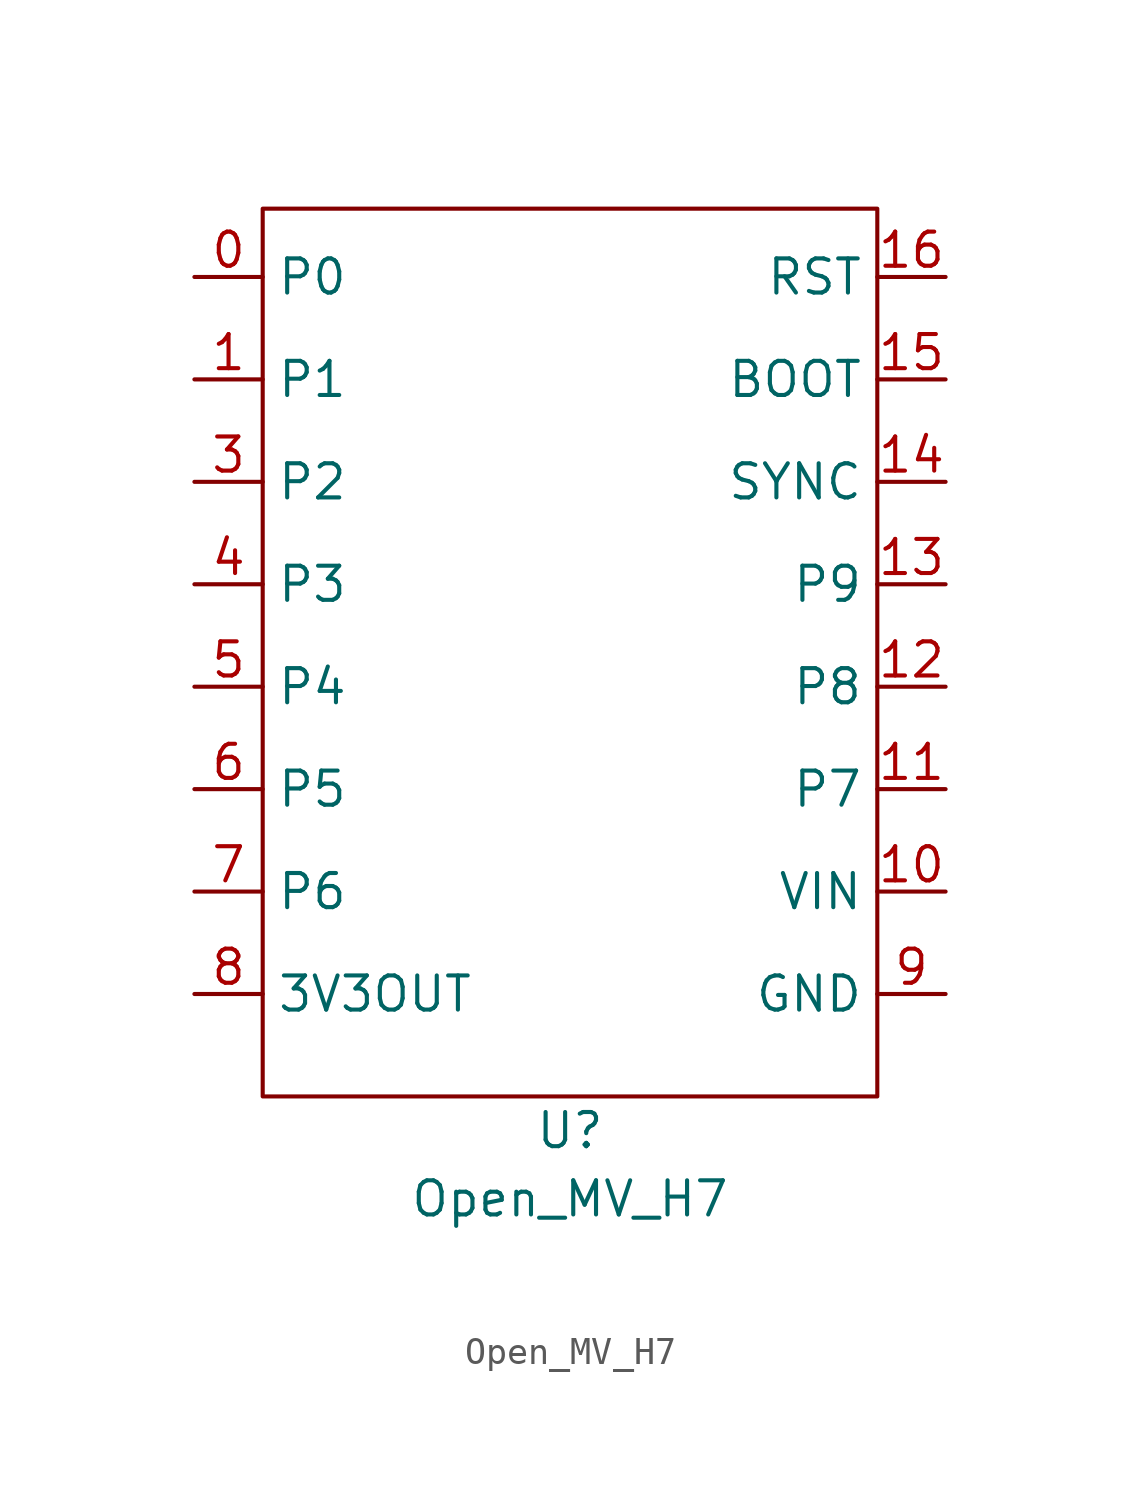
<source format=kicad_sym>
(kicad_symbol_lib
  (version 20211014)
  (generator kicad_symbol_editor)
  (symbol "Open_MV_H7"
    (property "Reference" "U"
      (at 11.43 -34.29 0)
      (effects (font (size 1.27 1.27))))
    (property "Value" "Open_MV_H7"
      (at 11.43 -36.83 0)
      (effects (font (size 1.27 1.27))))
    (symbol "Open_MV_H7_0_0"
      (text "" (at -1.27 -34.29 0) (effects (font (size 1.27 1.27))))
      (text "" (at -1.27 -26.67 0) (effects (font (size 1.27 1.27))))
      (text "" (at -1.27 -22.86 0) (effects (font (size 1.27 1.27))))
      (text "" (at -1.27 -19.05 0) (effects (font (size 1.27 1.27))))
      (text "" (at -1.27 -15.24 0) (effects (font (size 1.27 1.27))))
      (text "" (at -1.27 -11.43 0) (effects (font (size 1.27 1.27))))
      (text "" (at -1.27 -7.62 0) (effects (font (size 1.27 1.27))))
      (text "" (at -1.27 -3.81 0) (effects (font (size 1.27 1.27))))
      (text "" (at 24.13 -26.67 0) (effects (font (size 1.27 1.27))))
      (text "" (at 24.13 -22.86 0) (effects (font (size 1.27 1.27))))
      (text "" (at 24.13 -19.05 0) (effects (font (size 1.27 1.27))))
      (text "" (at 24.13 -15.24 0) (effects (font (size 1.27 1.27))))
      (text "" (at 24.13 -11.43 0) (effects (font (size 1.27 1.27))))
      (text "" (at 24.13 -7.62 0) (effects (font (size 1.27 1.27))))
      (text "" (at 24.13 -3.81 0) (effects (font (size 1.27 1.27)))))
    (symbol "Open_MV_H7_0_1"
      (rectangle (start 0 0) (end 22.86 -33.02) (stroke (width 0) (type default) (color 0 0 0 0)) (fill (type none))))
    (symbol "Open_MV_H7_1_1"
      (pin bidirectional line (at -2.54 -2.54 0) (length 2.54) (name "P0" (effects (font (size 1.27 1.27)))) (number "0" (effects (font (size 1.27 1.27)))))
      (pin bidirectional line (at -2.54 -6.35 0) (length 2.54) (name "P1" (effects (font (size 1.27 1.27)))) (number "1" (effects (font (size 1.27 1.27)))))
      (pin bidirectional line (at 25.4 -25.4 180) (length 2.54) (name "VIN" (effects (font (size 1.27 1.27)))) (number "10" (effects (font (size 1.27 1.27)))))
      (pin bidirectional line (at 25.4 -21.59 180) (length 2.54) (name "P7" (effects (font (size 1.27 1.27)))) (number "11" (effects (font (size 1.27 1.27)))))
      (pin bidirectional line (at 25.4 -17.78 180) (length 2.54) (name "P8" (effects (font (size 1.27 1.27)))) (number "12" (effects (font (size 1.27 1.27)))))
      (pin bidirectional line (at 25.4 -13.97 180) (length 2.54) (name "P9" (effects (font (size 1.27 1.27)))) (number "13" (effects (font (size 1.27 1.27)))))
      (pin bidirectional line (at 25.4 -10.16 180) (length 2.54) (name "SYNC" (effects (font (size 1.27 1.27)))) (number "14" (effects (font (size 1.27 1.27)))))
      (pin bidirectional line (at 25.4 -6.35 180) (length 2.54) (name "BOOT" (effects (font (size 1.27 1.27)))) (number "15" (effects (font (size 1.27 1.27)))))
      (pin bidirectional line (at 25.4 -2.54 180) (length 2.54) (name "RST" (effects (font (size 1.27 1.27)))) (number "16" (effects (font (size 1.27 1.27)))))
      (pin bidirectional line (at -2.54 -10.16 0) (length 2.54) (name "P2" (effects (font (size 1.27 1.27)))) (number "3" (effects (font (size 1.27 1.27)))))
      (pin bidirectional line (at -2.54 -13.97 0) (length 2.54) (name "P3" (effects (font (size 1.27 1.27)))) (number "4" (effects (font (size 1.27 1.27)))))
      (pin bidirectional line (at -2.54 -17.78 0) (length 2.54) (name "P4" (effects (font (size 1.27 1.27)))) (number "5" (effects (font (size 1.27 1.27)))))
      (pin bidirectional line (at -2.54 -21.59 0) (length 2.54) (name "P5" (effects (font (size 1.27 1.27)))) (number "6" (effects (font (size 1.27 1.27)))))
      (pin bidirectional line (at -2.54 -25.4 0) (length 2.54) (name "P6" (effects (font (size 1.27 1.27)))) (number "7" (effects (font (size 1.27 1.27)))))
      (pin bidirectional line (at -2.54 -29.21 0) (length 2.54) (name "3V3OUT" (effects (font (size 1.27 1.27)))) (number "8" (effects (font (size 1.27 1.27)))))
      (pin bidirectional line (at 25.4 -29.21 180) (length 2.54) (name "GND" (effects (font (size 1.27 1.27)))) (number "9" (effects (font (size 1.27 1.27))))))))
</source>
